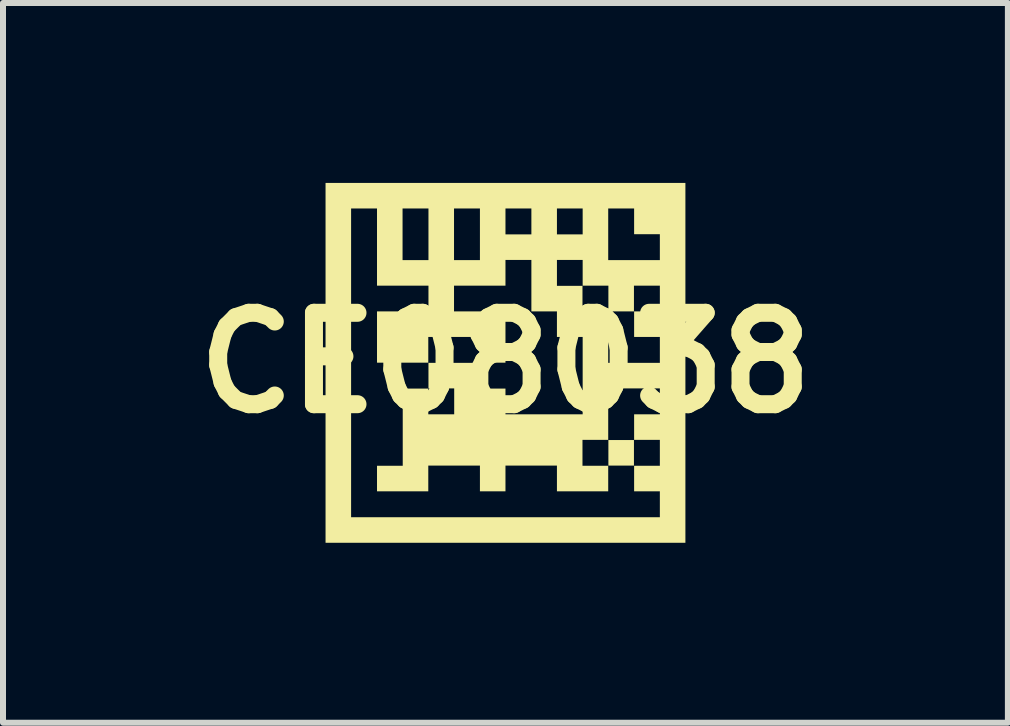
<source format=kicad_pcb>
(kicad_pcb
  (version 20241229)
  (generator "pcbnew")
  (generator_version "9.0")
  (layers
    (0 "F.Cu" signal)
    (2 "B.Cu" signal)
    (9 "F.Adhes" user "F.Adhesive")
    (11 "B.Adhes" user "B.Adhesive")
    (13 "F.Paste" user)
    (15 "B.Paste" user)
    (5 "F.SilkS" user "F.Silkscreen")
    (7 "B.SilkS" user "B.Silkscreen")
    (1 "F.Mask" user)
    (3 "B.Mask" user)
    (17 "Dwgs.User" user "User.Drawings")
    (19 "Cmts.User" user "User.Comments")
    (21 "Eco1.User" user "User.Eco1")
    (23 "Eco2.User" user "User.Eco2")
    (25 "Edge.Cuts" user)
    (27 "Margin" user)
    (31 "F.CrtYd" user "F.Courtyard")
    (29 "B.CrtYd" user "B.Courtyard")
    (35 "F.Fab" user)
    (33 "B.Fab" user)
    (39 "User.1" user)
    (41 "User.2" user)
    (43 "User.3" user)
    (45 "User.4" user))
  (footprint "CE08038"
    (layer "F.Cu")
    (at 5.378 3)
    (property "Reference" "CE08038" (at 0 0 0) (layer "F.SilkS") (effects (font (size 1.524 1.524) (thickness 0.3))))
    (attr board_only exclude_from_pos_files exclude_from_bom)
    (fp_poly (pts (xy 2.142 1.713) (xy 1.716 1.713) (xy 1.716 1.287) (xy 2.142 1.287)) (stroke (width 0) (type solid)) (fill yes) (layer "F.SilkS"))
    (fp_poly (pts (xy 3 3) (xy -3 3) (xy -3 -2.574) (xy -2.574 -2.574) (xy -2.574 2.574) (xy 2.574 2.574) (xy 2.574 2.142) (xy 2.145 2.142) (xy 2.145 1.716) (xy 2.574 1.716) (xy 2.574 1.284) (xy 2.145 1.284) (xy 2.145 0.858) (xy 2.574 0.858) (xy 2.574 0.426) (xy 1.713 0.426) (xy 1.713 1.284) (xy 1.284 1.284) (xy 1.284 1.716) (xy 1.713 1.716) (xy 1.713 2.142) (xy 0.858 2.142) (xy 0.858 1.713) (xy 0 1.713) (xy 0 2.142) (xy -0.426 2.142) (xy -0.426 1.713) (xy -1.287 1.713) (xy -1.287 2.142) (xy -2.142 2.142) (xy -2.142 1.716) (xy -1.713 1.716) (xy -1.713 0.429) (xy -1.287 0.429) (xy -1.287 0.858) (xy -0.855 0.858) (xy -0.855 0.426) (xy -1.284 0.426) (xy -1.284 0) (xy -0.429 0) (xy -0.429 0.429) (xy 0 0.429) (xy 0 0.858) (xy 1.287 0.858) (xy 1.287 -0.432) (xy 0.858 -0.432) (xy 0.858 -0.858) (xy 0.432 -0.858) (xy 0.432 -1.716) (xy 0.858 -1.716) (xy 0.858 -1.284) (xy 1.284 -1.284) (xy 1.284 -0.858) (xy 1.713 -0.858) (xy 1.713 0) (xy 2.574 0) (xy 2.574 -0.432) (xy 2.145 -0.432) (xy 2.145 -0.858) (xy 2.574 -0.858) (xy 2.574 -1.287) (xy 2.142 -1.287) (xy 2.142 -0.858) (xy 1.716 -0.858) (xy 1.716 -1.287) (xy 1.287 -1.287) (xy 1.287 -1.716) (xy 0.858 -1.716) (xy 0.432 -1.716) (xy 0 -1.716) (xy 0 -1.287) (xy -0.858 -1.287) (xy -0.858 -0.858) (xy 0 -0.858) (xy 0 -0.003) (xy -0.426 -0.003) (xy -0.426 -0.432) (xy -1.287 -0.432) (xy -1.287 -0.003) (xy -2.142 -0.003) (xy -2.142 -0.858) (xy -1.284 -0.858) (xy -1.284 -1.287) (xy -2.142 -1.287) (xy -2.142 -2.574) (xy -1.716 -2.574) (xy -1.716 -1.713) (xy -1.284 -1.713) (xy -1.284 -2.574) (xy -0.858 -2.574) (xy -0.858 -1.713) (xy -0.426 -1.713) (xy -0.426 -2.574) (xy 0 -2.574) (xy 0 -2.142) (xy 0.432 -2.142) (xy 0.432 -2.574) (xy 0.858 -2.574) (xy 0.858 -2.142) (xy 1.287 -2.142) (xy 1.287 -2.574) (xy 1.713 -2.574) (xy 1.713 -1.713) (xy 2.574 -1.713) (xy 2.574 -2.145) (xy 2.145 -2.145) (xy 2.145 -2.574) (xy 1.713 -2.574) (xy 1.287 -2.574) (xy 0.858 -2.574) (xy 0.432 -2.574) (xy 0 -2.574) (xy -0.426 -2.574) (xy -0.858 -2.574) (xy -1.284 -2.574) (xy -1.716 -2.574) (xy -2.142 -2.574) (xy -2.574 -2.574) (xy -3 -2.574) (xy -3 -3) (xy 3 -3)) (stroke (width 0) (type solid)) (fill yes) (layer "F.SilkS")))
  (gr_rect
    (start -3 -3)
    (end 13.755 9)
    (stroke (width 0.1) (type default))
    (fill no)
    (layer "Edge.Cuts")))
</source>
